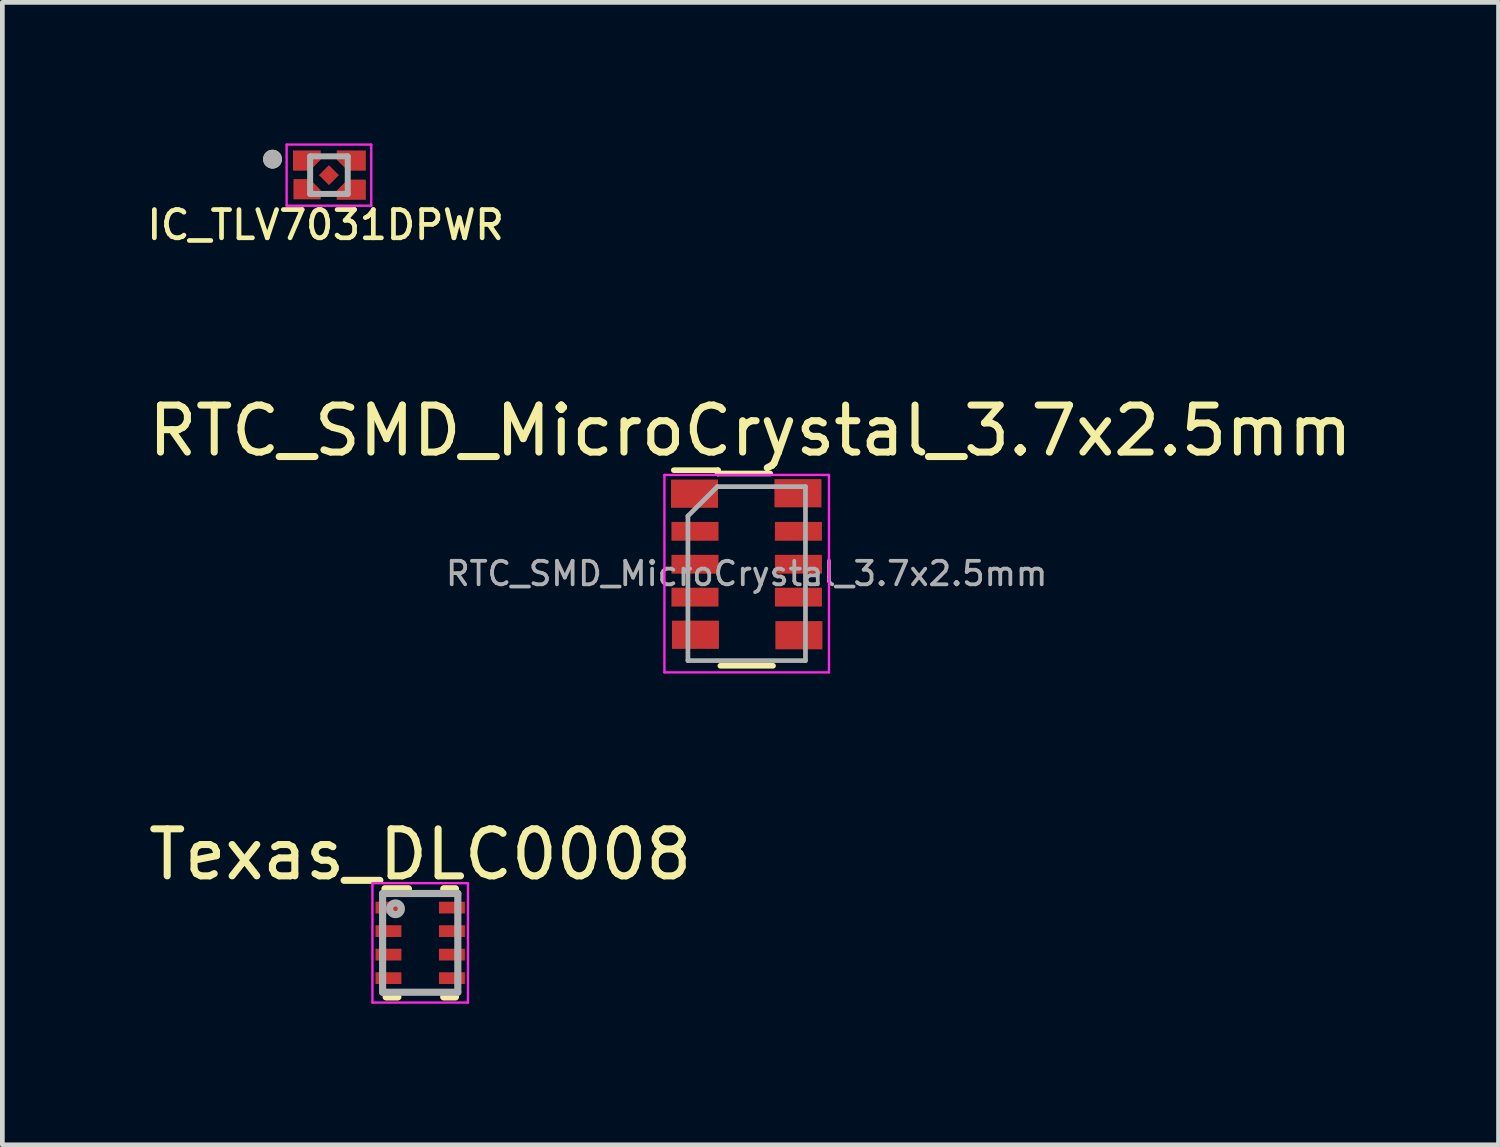
<source format=kicad_pcb>
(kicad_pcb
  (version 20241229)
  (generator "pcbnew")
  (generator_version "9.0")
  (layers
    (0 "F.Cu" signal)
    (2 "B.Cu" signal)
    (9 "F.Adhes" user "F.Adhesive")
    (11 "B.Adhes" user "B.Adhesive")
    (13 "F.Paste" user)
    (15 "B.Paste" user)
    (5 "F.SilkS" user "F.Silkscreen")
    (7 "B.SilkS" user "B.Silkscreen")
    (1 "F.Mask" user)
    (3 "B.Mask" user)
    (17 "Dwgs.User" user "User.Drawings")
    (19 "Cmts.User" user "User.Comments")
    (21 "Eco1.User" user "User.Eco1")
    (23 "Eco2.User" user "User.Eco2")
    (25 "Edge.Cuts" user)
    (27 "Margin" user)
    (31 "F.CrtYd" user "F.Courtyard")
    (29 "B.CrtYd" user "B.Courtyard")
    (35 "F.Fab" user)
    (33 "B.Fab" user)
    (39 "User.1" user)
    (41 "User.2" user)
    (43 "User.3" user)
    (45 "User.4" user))
  (footprint "RTC_SMD_MicroCrystal_3.7x2.5mm"
    (layer "F.Cu")
    (at 12.831 9.15)
    (property "Reference" "RTC_SMD_MicroCrystal_3.7x2.5mm" (at 0.08 -3.04 0) (layer "F.SilkS") (effects (font (size 1 1) (thickness 0.15))))
    (attr smd)
    (fp_line (start -1.55 -2.2) (end -0.61 -2.2) (stroke (width 0.12) (type solid)) (layer "F.SilkS"))
    (fp_line (start -0.62 -2.13) (end 0.5 -2.13) (stroke (width 0.12) (type solid)) (layer "F.SilkS"))
    (fp_line (start -0.61 -2.2) (end -0.61 -2.13) (stroke (width 0.12) (type solid)) (layer "F.SilkS"))
    (fp_line (start -0.56 1.96) (end 0.56 1.96) (stroke (width 0.12) (type solid)) (layer "F.SilkS"))
    (fp_line (start -1.75 -2.1) (end -1.75 2.1) (stroke (width 0.05) (type solid)) (layer "F.CrtYd"))
    (fp_line (start -1.75 -2.1) (end 1.75 -2.1) (stroke (width 0.05) (type solid)) (layer "F.CrtYd"))
    (fp_line (start -1.75 2.1) (end 1.75 2.1) (stroke (width 0.05) (type solid)) (layer "F.CrtYd"))
    (fp_line (start 1.75 -2.1) (end 1.75 2.1) (stroke (width 0.05) (type solid)) (layer "F.CrtYd"))
    (fp_line (start -1.25 -1.225) (end -1.25 1.85) (stroke (width 0.1) (type solid)) (layer "F.Fab"))
    (fp_line (start -1.25 1.85) (end 1.25 1.85) (stroke (width 0.1) (type solid)) (layer "F.Fab"))
    (fp_line (start -0.625 -1.85) (end -1.25 -1.225) (stroke (width 0.1) (type solid)) (layer "F.Fab"))
    (fp_line (start -0.625 -1.85) (end 1.25 -1.85) (stroke (width 0.1) (type solid)) (layer "F.Fab"))
    (fp_line (start 1.25 -1.85) (end 1.25 1.85) (stroke (width 0.1) (type solid)) (layer "F.Fab"))
    (fp_text user "${REFERENCE}" (at 0 0 0) (layer "F.Fab") (effects (font (size 0.5 0.5) (thickness 0.08))))
    (pad "1" smd rect (at -1.11 -1.7) (size 1 0.6) (layers "F.Cu" "F.Mask" "F.Paste"))
    (pad "2" smd rect (at -1.1 -0.9) (size 1 0.4) (layers "F.Cu" "F.Mask" "F.Paste"))
    (pad "3" smd rect (at -1.1 -0.2) (size 1 0.4) (layers "F.Cu" "F.Mask" "F.Paste"))
    (pad "4" smd rect (at -1.1 0.5) (size 1 0.4) (layers "F.Cu" "F.Mask" "F.Paste"))
    (pad "5" smd rect (at -1.09 1.3) (size 1 0.6) (layers "F.Cu" "F.Mask" "F.Paste"))
    (pad "6" smd rect (at 1.11 1.31) (size 1 0.6) (layers "F.Cu" "F.Mask" "F.Paste"))
    (pad "7" smd rect (at 1.1 0.5) (size 1 0.4) (layers "F.Cu" "F.Mask" "F.Paste"))
    (pad "8" smd rect (at 1.1 -0.2) (size 1 0.4) (layers "F.Cu" "F.Mask" "F.Paste"))
    (pad "9" smd rect (at 1.1 -0.9) (size 1 0.4) (layers "F.Cu" "F.Mask" "F.Paste"))
    (pad "10" smd rect (at 1.09 -1.71) (size 1 0.6) (layers "F.Cu" "F.Mask" "F.Paste")))
  (footprint "IC_TLV7031DPWR"
    (layer "F.Cu")
    (at 3.946 0.675)
    (property "Reference" "IC_TLV7031DPWR" (at -0.07 1.06 0) (layer "F.SilkS") (effects (font (size 0.6 0.6) (thickness 0.1))))
    (attr through_hole)
    (fp_circle (center -1.2 -0.34) (end -1.1 -0.34) (stroke (width 0.2) (type solid)) (fill no) (layer "F.SilkS"))
    (fp_line (start -0.9 -0.65) (end -0.9 0.65) (stroke (width 0.05) (type solid)) (layer "F.CrtYd"))
    (fp_line (start -0.9 -0.65) (end 0.9 -0.65) (stroke (width 0.05) (type solid)) (layer "F.CrtYd"))
    (fp_line (start -0.9 0.65) (end 0.9 0.65) (stroke (width 0.05) (type solid)) (layer "F.CrtYd"))
    (fp_line (start 0.9 -0.65) (end 0.9 0.65) (stroke (width 0.05) (type solid)) (layer "F.CrtYd"))
    (fp_line (start -0.4 -0.4) (end -0.4 0.4) (stroke (width 0.127) (type solid)) (layer "F.Fab"))
    (fp_line (start -0.4 -0.4) (end 0.4 -0.4) (stroke (width 0.127) (type solid)) (layer "F.Fab"))
    (fp_line (start -0.4 0.4) (end 0.4 0.4) (stroke (width 0.127) (type solid)) (layer "F.Fab"))
    (fp_line (start 0.4 -0.4) (end 0.4 0.4) (stroke (width 0.127) (type solid)) (layer "F.Fab"))
    (fp_circle (center -1.2 -0.34) (end -1.1 -0.34) (stroke (width 0.2) (type solid)) (fill no) (layer "F.Fab"))
    (pad "1" smd custom (at -0.36 -0.35) (size 0.2 0.2) (layers "F.Cu") (options (anchor rect)) (primitives (gr_poly (pts (xy -0.4 0.25) (xy -0.4 -0.17) (xy -0.05 -0.17) (xy -0.049 -0.139) (xy -0.099 -0.128) (xy -0.099 -0.13) (xy -0.098 -0.133) (xy -0.098 -0.135) (xy -0.097 -0.138) (xy -0.096 -0.14) (xy -0.095 -0.143) (xy -0.093 -0.145) (xy -0.092 -0.147) (xy -0.09 -0.149) (xy -0.089 -0.151) (xy -0.087 -0.153) (xy -0.085 -0.155) (xy -0.083 -0.157) (xy -0.081 -0.159) (xy -0.079 -0.16) (xy -0.077 -0.162) (xy -0.075 -0.163) (xy -0.073 -0.165) (xy -0.07 -0.166) (xy -0.068 -0.167) (xy -0.065 -0.168) (xy -0.063 -0.168) (xy -0.06 -0.169) (xy -0.058 -0.169) (xy -0.055 -0.17) (xy -0.053 -0.17) (xy -0.05 -0.17) (xy 0.07 -0.17) (xy 0.073 -0.17) (xy 0.075 -0.17) (xy 0.078 -0.169) (xy 0.08 -0.169) (xy 0.083 -0.168) (xy 0.085 -0.168) (xy 0.088 -0.167) (xy 0.09 -0.166) (xy 0.093 -0.165) (xy 0.062 -0.163) (xy 0.078 -0.17) (xy 0.12 -0.17) (xy 0.101 -0.159) (xy 0.1 -0.17) (xy 0.121 -0.155) (xy 0.107 -0.153) (xy 0.109 -0.151) (xy 0.11 -0.149) (xy 0.112 -0.147) (xy 0.113 -0.145) (xy 0.115 -0.143) (xy 0.15 -0.17) (xy 0.138 -0.114) (xy 0.118 -0.135) (xy 0.118 -0.133) (xy 0.119 -0.13) (xy 0.119 -0.128) (xy 0.12 -0.125) (xy 0.12 -0.17) (xy 0.18 -0.17) (xy 0.18 0.02) (xy -0.05 0.25) (xy -0.1 0.25)) (width 0.01) (fill yes))))
    (pad "2" smd custom (at -0.36 0.37) (size 0.2 0.2) (layers "F.Cu") (options (anchor rect)) (primitives (gr_poly (pts (xy -0.39 -0.28) (xy -0.39 0.14) (xy -0.05 0.14) (xy -0.049 0.109) (xy -0.099 0.098) (xy -0.099 0.1) (xy -0.098 0.103) (xy -0.098 0.105) (xy -0.097 0.108) (xy -0.096 0.11) (xy -0.095 0.113) (xy -0.093 0.115) (xy -0.092 0.117) (xy -0.09 0.119) (xy -0.089 0.121) (xy -0.087 0.123) (xy -0.085 0.125) (xy -0.083 0.127) (xy -0.081 0.129) (xy -0.079 0.13) (xy -0.077 0.132) (xy -0.075 0.133) (xy -0.073 0.135) (xy -0.07 0.136) (xy -0.068 0.137) (xy -0.065 0.138) (xy -0.063 0.138) (xy -0.06 0.139) (xy -0.058 0.139) (xy -0.055 0.14) (xy -0.053 0.14) (xy -0.05 0.14) (xy 0.07 0.14) (xy 0.073 0.14) (xy 0.075 0.14) (xy 0.078 0.139) (xy 0.08 0.139) (xy 0.083 0.138) (xy 0.085 0.138) (xy 0.088 0.137) (xy 0.09 0.136) (xy 0.093 0.135) (xy 0.062 0.133) (xy 0.078 0.14) (xy 0.12 0.14) (xy 0.101 0.129) (xy 0.1 0.14) (xy 0.121 0.125) (xy 0.107 0.123) (xy 0.109 0.121) (xy 0.11 0.119) (xy 0.112 0.117) (xy 0.113 0.115) (xy 0.115 0.113) (xy 0.15 0.14) (xy 0.138 0.084) (xy 0.118 0.105) (xy 0.118 0.103) (xy 0.119 0.1) (xy 0.119 0.098) (xy 0.12 0.095) (xy 0.12 0.14) (xy 0.18 0.14) (xy 0.18 -0.05) (xy -0.05 -0.28) (xy -0.1 -0.28)) (width 0.01) (fill yes))))
    (pad "3" smd rect (at 0 0 45) (size 0.3 0.3) (layers "F.Cu"))
    (pad "4" smd custom (at 0.36 0.35) (size 0.2 0.2) (layers "F.Cu") (options (anchor rect)) (primitives (gr_poly (pts (xy 0.42 -0.25) (xy 0.42 0.17) (xy 0.04 0.17) (xy 0.039 0.139) (xy 0.089 0.128) (xy 0.089 0.13) (xy 0.088 0.133) (xy 0.088 0.135) (xy 0.087 0.138) (xy 0.086 0.14) (xy 0.085 0.143) (xy 0.083 0.145) (xy 0.082 0.147) (xy 0.08 0.149) (xy 0.079 0.151) (xy 0.077 0.153) (xy 0.075 0.155) (xy 0.073 0.157) (xy 0.071 0.159) (xy 0.069 0.16) (xy 0.067 0.162) (xy 0.065 0.163) (xy 0.063 0.165) (xy 0.06 0.166) (xy 0.058 0.167) (xy 0.055 0.168) (xy 0.053 0.168) (xy 0.05 0.169) (xy 0.048 0.169) (xy 0.045 0.17) (xy 0.043 0.17) (xy 0.04 0.17) (xy -0.08 0.17) (xy -0.083 0.17) (xy -0.085 0.17) (xy -0.088 0.169) (xy -0.09 0.169) (xy -0.093 0.168) (xy -0.095 0.168) (xy -0.098 0.167) (xy -0.1 0.166) (xy -0.103 0.165) (xy -0.072 0.163) (xy -0.088 0.17) (xy -0.13 0.17) (xy -0.111 0.159) (xy -0.11 0.17) (xy -0.131 0.155) (xy -0.117 0.153) (xy -0.119 0.151) (xy -0.12 0.149) (xy -0.122 0.147) (xy -0.123 0.145) (xy -0.125 0.143) (xy -0.16 0.17) (xy -0.148 0.114) (xy -0.128 0.135) (xy -0.128 0.133) (xy -0.129 0.13) (xy -0.129 0.128) (xy -0.13 0.125) (xy -0.13 0.17) (xy -0.19 0.17) (xy -0.19 -0.02) (xy 0.04 -0.25) (xy 0.09 -0.25)) (width 0.01) (fill yes))))
    (pad "5" smd custom (at 0.33 -0.38) (size 0.2 0.22) (layers "F.Cu") (options (anchor rect)) (primitives (gr_poly (pts (xy 0.45 0.28) (xy 0.45 -0.14) (xy 0.07 -0.14) (xy 0.069 -0.109) (xy 0.119 -0.098) (xy 0.119 -0.1) (xy 0.118 -0.103) (xy 0.118 -0.105) (xy 0.117 -0.108) (xy 0.116 -0.11) (xy 0.115 -0.113) (xy 0.113 -0.115) (xy 0.112 -0.117) (xy 0.11 -0.119) (xy 0.109 -0.121) (xy 0.107 -0.123) (xy 0.105 -0.125) (xy 0.103 -0.127) (xy 0.101 -0.129) (xy 0.099 -0.13) (xy 0.097 -0.132) (xy 0.095 -0.133) (xy 0.093 -0.135) (xy 0.09 -0.136) (xy 0.088 -0.137) (xy 0.085 -0.138) (xy 0.083 -0.138) (xy 0.08 -0.139) (xy 0.078 -0.139) (xy 0.075 -0.14) (xy 0.073 -0.14) (xy 0.07 -0.14) (xy -0.05 -0.14) (xy -0.053 -0.14) (xy -0.055 -0.14) (xy -0.058 -0.139) (xy -0.06 -0.139) (xy -0.063 -0.138) (xy -0.065 -0.138) (xy -0.068 -0.137) (xy -0.07 -0.136) (xy -0.073 -0.135) (xy -0.042 -0.133) (xy -0.058 -0.14) (xy -0.1 -0.14) (xy -0.081 -0.129) (xy -0.08 -0.14) (xy -0.101 -0.125) (xy -0.087 -0.123) (xy -0.089 -0.121) (xy -0.09 -0.119) (xy -0.092 -0.117) (xy -0.093 -0.115) (xy -0.095 -0.113) (xy -0.13 -0.14) (xy -0.118 -0.084) (xy -0.098 -0.105) (xy -0.098 -0.103) (xy -0.099 -0.1) (xy -0.099 -0.098) (xy -0.1 -0.095) (xy -0.1 -0.14) (xy -0.16 -0.14) (xy -0.16 0.05) (xy 0.07 0.28) (xy 0.12 0.28)) (width 0.01) (fill yes)))))
  (footprint "Texas_DLC0008"
    (layer "F.Cu")
    (at 5.887 17.003)
    (property "Reference" "Texas_DLC0008" (at 0 -1.88 0) (layer "F.SilkS") (effects (font (size 1 1) (thickness 0.15))))
    (attr through_hole)
    (fp_line (start -0.75 -1.15) (end -0.25 -1.15) (stroke (width 0.152) (type solid)) (layer "F.SilkS"))
    (fp_line (start -0.725 1.15) (end -0.475 1.15) (stroke (width 0.152) (type solid)) (layer "F.SilkS"))
    (fp_line (start 0.5 -1.15) (end 0.75 -1.15) (stroke (width 0.152) (type solid)) (layer "F.SilkS"))
    (fp_line (start 0.5 1.15) (end 0.75 1.15) (stroke (width 0.152) (type solid)) (layer "F.SilkS"))
    (fp_line (start -1.016 -1.27) (end 1.016 -1.27) (stroke (width 0.05) (type solid)) (layer "F.CrtYd"))
    (fp_line (start -1.016 1.27) (end -1.016 -1.27) (stroke (width 0.05) (type solid)) (layer "F.CrtYd"))
    (fp_line (start 1.016 -1.27) (end 1.016 1.27) (stroke (width 0.05) (type solid)) (layer "F.CrtYd"))
    (fp_line (start 1.016 1.27) (end -1.016 1.27) (stroke (width 0.05) (type solid)) (layer "F.CrtYd"))
    (fp_line (start -0.8 -1.05) (end 0.8 -1.05) (stroke (width 0.152) (type solid)) (layer "F.Fab"))
    (fp_line (start -0.8 1.05) (end -0.8 -1.05) (stroke (width 0.152) (type solid)) (layer "F.Fab"))
    (fp_line (start -0.8 1.05) (end 0.8 1.05) (stroke (width 0.152) (type solid)) (layer "F.Fab"))
    (fp_line (start 0.8 1.05) (end 0.8 -1.05) (stroke (width 0.152) (type solid)) (layer "F.Fab"))
    (fp_circle (center -0.525 -0.725) (end -0.4 -0.725) (stroke (width 0.152) (type solid)) (fill no) (layer "F.Fab"))
    (pad "1" smd rect (at -0.675 -0.75) (size 0.55 0.25) (layers "F.Cu" "F.Mask" "F.Paste"))
    (pad "2" smd rect (at -0.675 -0.25) (size 0.55 0.25) (layers "F.Cu" "F.Mask" "F.Paste"))
    (pad "3" smd rect (at -0.675 0.25) (size 0.55 0.25) (layers "F.Cu" "F.Mask" "F.Paste"))
    (pad "4" smd rect (at -0.675 0.75) (size 0.55 0.25) (layers "F.Cu" "F.Mask" "F.Paste"))
    (pad "5" smd rect (at 0.675 0.75) (size 0.55 0.25) (layers "F.Cu" "F.Mask" "F.Paste"))
    (pad "6" smd rect (at 0.675 0.25) (size 0.55 0.25) (layers "F.Cu" "F.Mask" "F.Paste"))
    (pad "7" smd rect (at 0.675 -0.25) (size 0.55 0.25) (layers "F.Cu" "F.Mask" "F.Paste"))
    (pad "8" smd rect (at 0.675 -0.75) (size 0.55 0.25) (layers "F.Cu" "F.Mask" "F.Paste")))
  (gr_rect
    (start -3 -3)
    (end 28.821 21.298)
    (stroke (width 0.1) (type default))
    (fill no)
    (layer "Edge.Cuts")))
</source>
